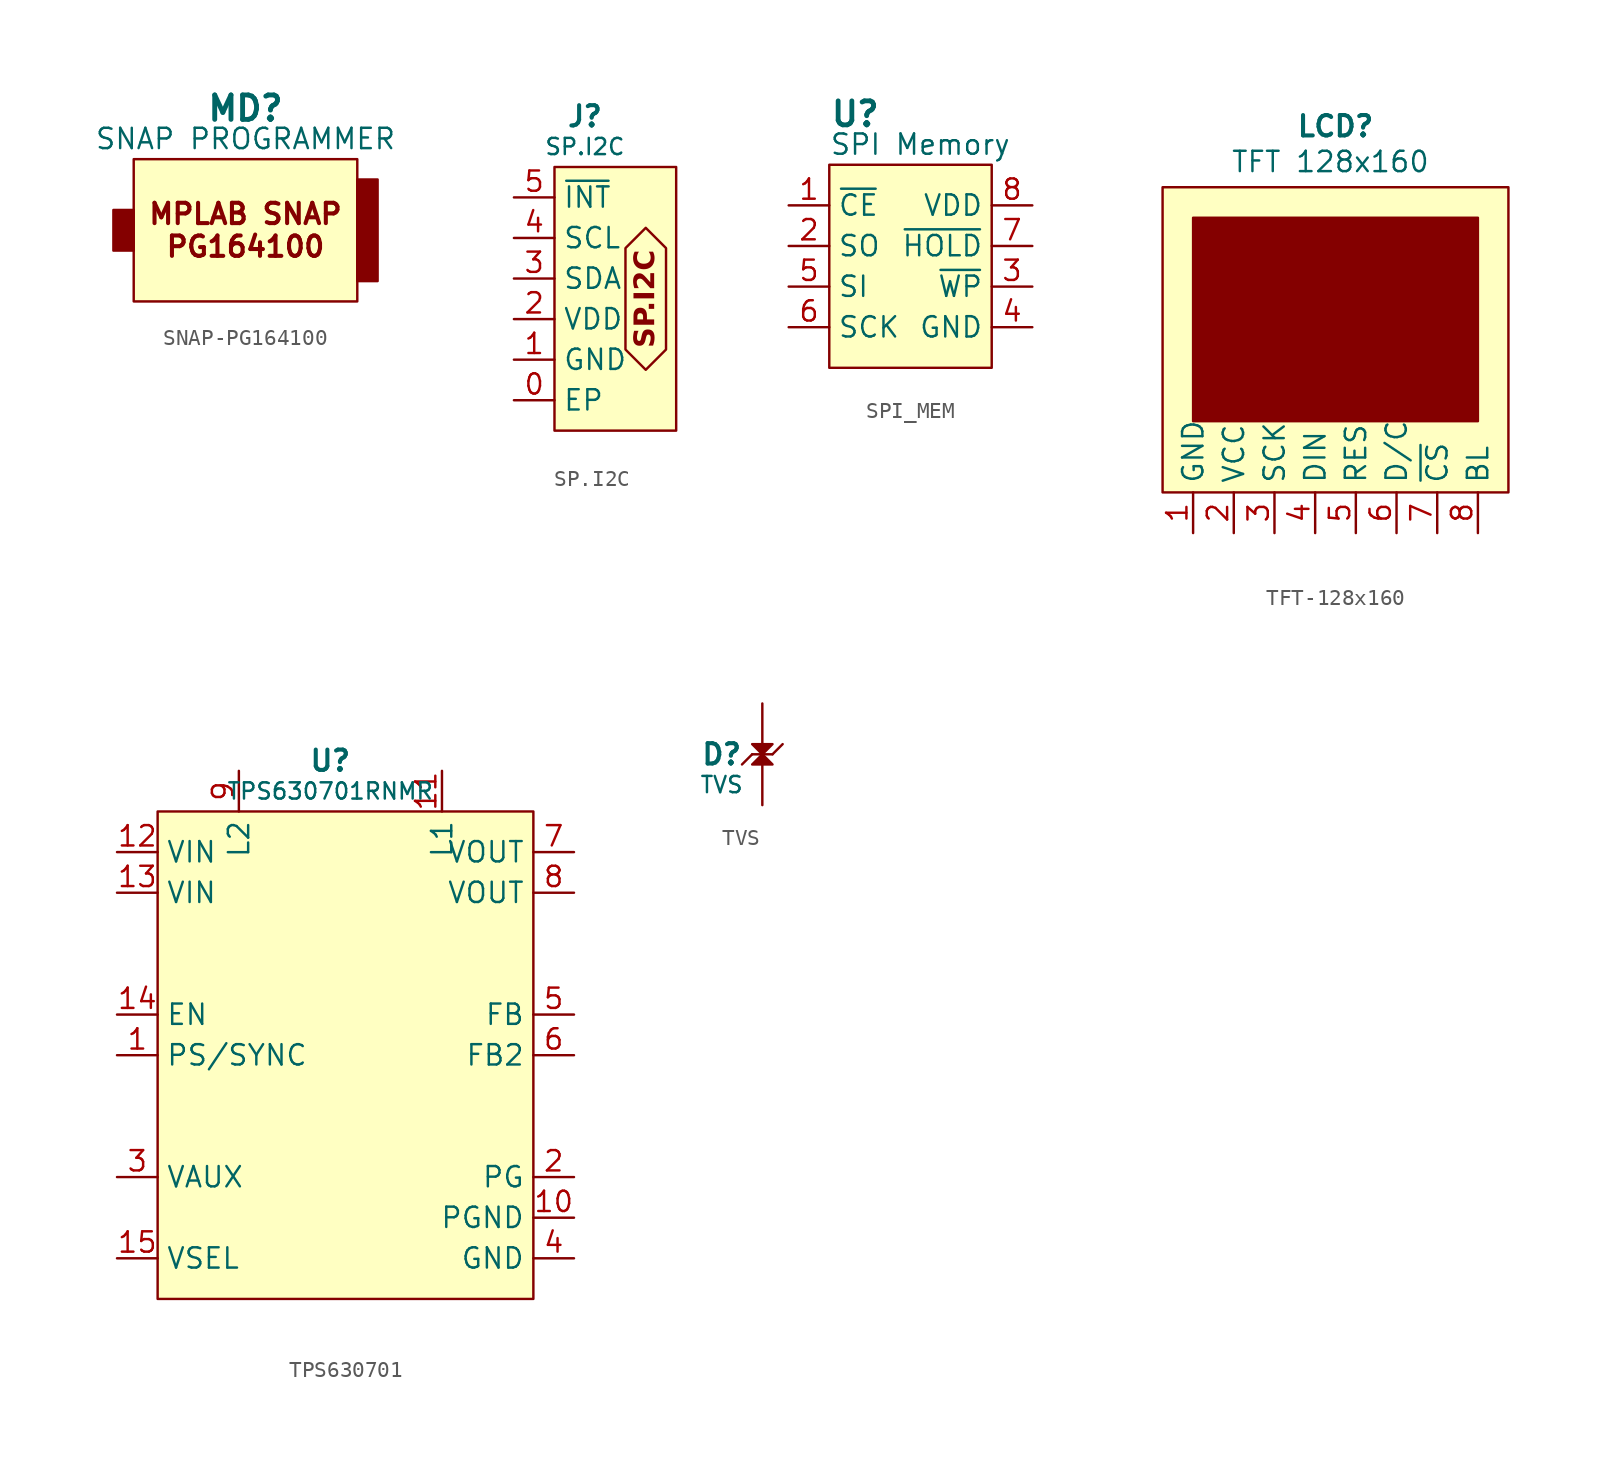
<source format=kicad_sym>
(kicad_symbol_lib
  (version 20231120)
  (generator "kicad_symbol_editor")
  (generator_version "8.0")
  (symbol "SNAP-PG164100"
    (property "Reference" "MD"
      (at 0 0 0)
      (effects (font (size 1.524 1.524) (bold yes))))
    (property "Value" "SNAP PROGRAMMER"
      (at 0 -1.905 0)
      (effects (font (size 1.27 1.27))))
    (symbol "SNAP-PG164100_1_1"
      (rectangle (start -8.255 -6.35) (end -6.985 -8.89) (stroke (width 0) (type default)) (fill (type outline)))
      (rectangle (start -6.985 -3.175) (end 6.985 -12.065) (stroke (width 0) (type default)) (fill (type background)))
      (rectangle (start 6.985 -4.445) (end 8.255 -10.795) (stroke (width 0) (type default)) (fill (type outline)))
      (text "MPLAB SNAP\nPG164100" (at 0 -7.62 0) (effects (font (size 1.27 1.27) (bold yes))))))
  (symbol "SP.I2C"
    (property "Reference" "J"
      (at 0 0 0)
      (effects (font (size 1.27 1.27) (bold yes))))
    (property "Value" "SP.I2C"
      (at 0 -1.905 0)
      (effects (font (size 1.016 1.016))))
    (symbol "SP.I2C_1_0"
      (polyline (pts (xy 3.81 -6.985) (xy 5.08 -8.255) (xy 5.08 -14.605) (xy 3.81 -15.875) (xy 2.54 -14.605) (xy 2.54 -8.255) (xy 3.81 -6.985)) (stroke (width 0) (type solid)) (fill (type none)))
      (text "SP.I2C" (at 3.81 -11.43 900) (effects (font (face "Tahoma") (size 1.27 1.27) (bold yes)))))
    (symbol "SP.I2C_1_1"
      (rectangle (start -1.905 -3.175) (end 5.715 -19.685) (stroke (width 0) (type default)) (fill (type background)))
      (pin passive line (at -4.445 -17.78 0) (length 2.54) (name "EP" (effects (font (size 1.27 1.27)))) (number "0" (effects (font (size 1.27 1.27)))))
      (pin passive line (at -4.445 -15.24 0) (length 2.54) (name "GND" (effects (font (size 1.27 1.27)))) (number "1" (effects (font (size 1.27 1.27)))))
      (pin passive line (at -4.445 -12.7 0) (length 2.54) (name "VDD" (effects (font (size 1.27 1.27)))) (number "2" (effects (font (size 1.27 1.27)))))
      (pin bidirectional line (at -4.445 -10.16 0) (length 2.54) (name "SDA" (effects (font (size 1.27 1.27)))) (number "3" (effects (font (size 1.27 1.27)))))
      (pin bidirectional line (at -4.445 -7.62 0) (length 2.54) (name "SCL" (effects (font (size 1.27 1.27)))) (number "4" (effects (font (size 1.27 1.27)))))
      (pin bidirectional line (at -4.445 -5.08 0) (length 2.54) (name "~{INT}" (effects (font (size 1.27 1.27)))) (number "5" (effects (font (size 1.27 1.27)))))))
  (symbol "SPI_MEM"
    (property "Reference" "U"
      (at 0 3.175 0)
      (effects (font (size 1.5 1.5) (bold yes)) (justify left)))
    (property "Value" "SPI Memory"
      (at 0 1.27 0)
      (effects (font (size 1.27 1.27)) (justify left)))
    (symbol "SPI_MEM_1_0"
      (rectangle (start 0 0) (end 10.16 -12.7) (stroke (width 0) (type default)) (fill (type background)))
      (pin input line (at -2.54 -2.54 0) (length 2.54) (name "~{CE}" (effects (font (size 1.27 1.27)))) (number "1" (effects (font (size 1.27 1.27)))))
      (pin output line (at -2.54 -5.08 0) (length 2.54) (name "SO" (effects (font (size 1.27 1.27)))) (number "2" (effects (font (size 1.27 1.27)))))
      (pin input line (at 12.7 -7.62 180) (length 2.54) (name "~{WP}" (effects (font (size 1.27 1.27)))) (number "3" (effects (font (size 1.27 1.27)))))
      (pin power_in line (at 12.7 -10.16 180) (length 2.54) (name "GND" (effects (font (size 1.27 1.27)))) (number "4" (effects (font (size 1.27 1.27)))))
      (pin input line (at -2.54 -7.62 0) (length 2.54) (name "SI" (effects (font (size 1.27 1.27)))) (number "5" (effects (font (size 1.27 1.27)))))
      (pin input line (at -2.54 -10.16 0) (length 2.54) (name "SCK" (effects (font (size 1.27 1.27)))) (number "6" (effects (font (size 1.27 1.27)))))
      (pin input line (at 12.7 -5.08 180) (length 2.54) (name "~{HOLD}" (effects (font (size 1.27 1.27)))) (number "7" (effects (font (size 1.27 1.27)))))
      (pin power_in line (at 12.7 -2.54 180) (length 2.54) (name "VDD" (effects (font (size 1.27 1.27)))) (number "8" (effects (font (size 1.27 1.27)))))))
  (symbol "TFT-128x160"
    (property "Reference" "LCD"
      (at 0 0 0)
      (effects (font (size 1.27 1.27) (bold yes))))
    (property "Value" "TFT 128x160"
      (at -0.318 -2.223 0)
      (effects (font (size 1.27 1.27))))
    (symbol "TFT-128x160_1_1"
      (rectangle (start -10.795 -22.86) (end 10.795 -3.81) (stroke (width 0) (type default)) (fill (type background)))
      (rectangle (start -8.89 -18.415) (end 8.89 -5.715) (stroke (width 0) (type default)) (fill (type outline)))
      (pin passive line (at -8.89 -25.4 90) (length 2.54) (name "GND" (effects (font (size 1.27 1.27)))) (number "1" (effects (font (size 1.27 1.27)))))
      (pin power_in line (at -6.35 -25.4 90) (length 2.54) (name "VCC" (effects (font (size 1.27 1.27)))) (number "2" (effects (font (size 1.27 1.27)))))
      (pin input line (at -3.81 -25.4 90) (length 2.54) (name "SCK" (effects (font (size 1.27 1.27)))) (number "3" (effects (font (size 1.27 1.27)))))
      (pin input line (at -1.27 -25.4 90) (length 2.54) (name "DIN" (effects (font (size 1.27 1.27)))) (number "4" (effects (font (size 1.27 1.27)))))
      (pin input line (at 1.27 -25.4 90) (length 2.54) (name "RES" (effects (font (size 1.27 1.27)))) (number "5" (effects (font (size 1.27 1.27)))))
      (pin input line (at 3.81 -25.4 90) (length 2.54) (name "D/C" (effects (font (size 1.27 1.27)))) (number "6" (effects (font (size 1.27 1.27)))))
      (pin input line (at 6.35 -25.4 90) (length 2.54) (name "~{CS}" (effects (font (size 1.27 1.27)))) (number "7" (effects (font (size 1.27 1.27)))))
      (pin input line (at 8.89 -25.4 90) (length 2.54) (name "BL" (effects (font (size 1.27 1.27)))) (number "8" (effects (font (size 1.27 1.27)))))))
  (symbol "TPS630701"
    (property "Reference" "U"
      (at 10.795 3.175 0)
      (effects (font (size 1.27 1.27) (bold yes))))
    (property "Value" "TPS630701RNMR"
      (at 10.795 1.27 0)
      (effects (font (size 1.016 1.016))))
    (symbol "TPS630701_1_1"
      (rectangle (start 0 0) (end 23.495 -30.48) (stroke (width 0) (type default)) (fill (type background)))
      (pin input line (at -2.54 -15.24 0) (length 2.54) (name "PS/SYNC" (effects (font (size 1.27 1.27)))) (number "1" (effects (font (size 1.27 1.27)))))
      (pin passive line (at 26.035 -25.4 180) (length 2.54) (name "PGND" (effects (font (size 1.27 1.27)))) (number "10" (effects (font (size 1.27 1.27)))))
      (pin passive line (at 17.78 2.54 270) (length 2.54) (name "L1" (effects (font (size 1.27 1.27)))) (number "11" (effects (font (size 1.27 1.27)))))
      (pin power_in line (at -2.54 -2.54 0) (length 2.54) (name "VIN" (effects (font (size 1.27 1.27)))) (number "12" (effects (font (size 1.27 1.27)))))
      (pin power_in line (at -2.54 -5.08 0) (length 2.54) (name "VIN" (effects (font (size 1.27 1.27)))) (number "13" (effects (font (size 1.27 1.27)))))
      (pin input line (at -2.54 -12.7 0) (length 2.54) (name "EN" (effects (font (size 1.27 1.27)))) (number "14" (effects (font (size 1.27 1.27)))))
      (pin input line (at -2.54 -27.94 0) (length 2.54) (name "VSEL" (effects (font (size 1.27 1.27)))) (number "15" (effects (font (size 1.27 1.27)))))
      (pin output line (at 26.035 -22.86 180) (length 2.54) (name "PG" (effects (font (size 1.27 1.27)))) (number "2" (effects (font (size 1.27 1.27)))))
      (pin power_out line (at -2.54 -22.86 0) (length 2.54) (name "VAUX" (effects (font (size 1.27 1.27)))) (number "3" (effects (font (size 1.27 1.27)))))
      (pin passive line (at 26.035 -27.94 180) (length 2.54) (name "GND" (effects (font (size 1.27 1.27)))) (number "4" (effects (font (size 1.27 1.27)))))
      (pin input line (at 26.035 -12.7 180) (length 2.54) (name "FB" (effects (font (size 1.27 1.27)))) (number "5" (effects (font (size 1.27 1.27)))))
      (pin output line (at 26.035 -15.24 180) (length 2.54) (name "FB2" (effects (font (size 1.27 1.27)))) (number "6" (effects (font (size 1.27 1.27)))))
      (pin power_out line (at 26.035 -2.54 180) (length 2.54) (name "VOUT" (effects (font (size 1.27 1.27)))) (number "7" (effects (font (size 1.27 1.27)))))
      (pin power_out line (at 26.035 -5.08 180) (length 2.54) (name "VOUT" (effects (font (size 1.27 1.27)))) (number "8" (effects (font (size 1.27 1.27)))))
      (pin passive line (at 5.08 2.54 270) (length 2.54) (name "L2" (effects (font (size 1.27 1.27)))) (number "9" (effects (font (size 1.27 1.27)))))))
  (symbol "TVS"
    (pin_numbers hide)
    (pin_names hide)
    (property "Reference" "D"
      (at 0 0 0)
      (effects (font (size 1.27 1.27) (bold yes))))
    (property "Value" "TVS"
      (at 0 -1.905 0)
      (effects (font (size 1.016 1.016))))
    (symbol "TVS_0_1"
      (polyline (pts (xy 1.905 0) (xy 1.27 -0.635)) (stroke (width 0) (type default)) (fill (type none)))
      (polyline (pts (xy 3.175 0) (xy 1.905 0)) (stroke (width 0) (type default)) (fill (type none)))
      (polyline (pts (xy 3.175 0) (xy 3.81 0.635)) (stroke (width 0) (type default)) (fill (type none))))
    (symbol "TVS_1_1"
      (polyline (pts (xy 2.54 0) (xy 3.175 -0.635) (xy 1.905 -0.635) (xy 2.54 0)) (stroke (width 0) (type default)) (fill (type outline)))
      (polyline (pts (xy 2.54 0) (xy 3.175 0.635) (xy 1.905 0.635) (xy 2.54 0)) (stroke (width 0) (type default)) (fill (type outline)))
      (pin passive line (at 2.54 3.175 270) (length 2.54) (name "1" (effects (font (size 1.27 1.27)))) (number "1" (effects (font (size 1.27 1.27)))))
      (pin passive line (at 2.54 -3.175 90) (length 2.54) (name "2" (effects (font (size 1.27 1.27)))) (number "2" (effects (font (size 1.27 1.27))))))))
</source>
